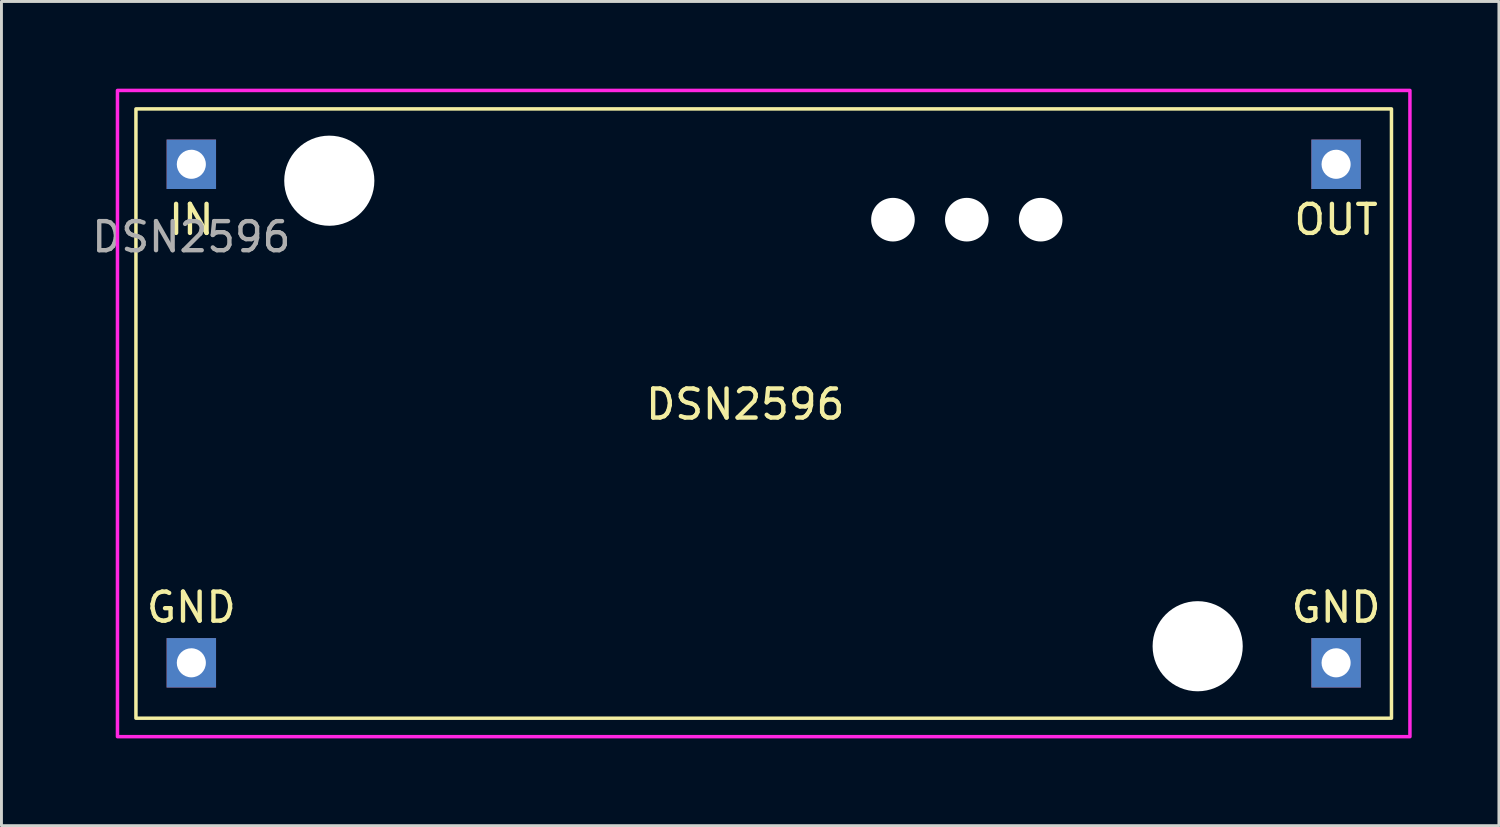
<source format=kicad_pcb>
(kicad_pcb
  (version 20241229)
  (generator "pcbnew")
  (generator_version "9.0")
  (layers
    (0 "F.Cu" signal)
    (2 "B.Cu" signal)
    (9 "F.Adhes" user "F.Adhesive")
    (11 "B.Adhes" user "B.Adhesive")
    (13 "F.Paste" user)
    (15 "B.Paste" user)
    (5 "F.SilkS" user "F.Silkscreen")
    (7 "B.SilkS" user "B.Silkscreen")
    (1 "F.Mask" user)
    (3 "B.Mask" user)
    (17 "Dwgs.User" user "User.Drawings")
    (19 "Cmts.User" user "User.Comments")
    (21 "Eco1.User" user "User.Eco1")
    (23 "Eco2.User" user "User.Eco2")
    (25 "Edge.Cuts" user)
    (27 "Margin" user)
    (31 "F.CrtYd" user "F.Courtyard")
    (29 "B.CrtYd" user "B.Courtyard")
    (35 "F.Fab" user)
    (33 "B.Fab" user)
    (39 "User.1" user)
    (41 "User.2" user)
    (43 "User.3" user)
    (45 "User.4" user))
  (footprint "DSN2596"
    (layer "F.Cu")
    (at 23.215 10.855)
    (property "Reference" "DSN2596" (at -0.635 0 0) (unlocked yes) (layer "F.SilkS") (effects (font (size 1 1) (thickness 0.15))))
    (attr through_hole)
    (fp_rect (start 21.59 -10.16) (end -21.59 10.795) (stroke (width 0.12) (type solid)) (fill no) (layer "F.SilkS"))
    (fp_rect (start -22.225 -10.795) (end 22.225 11.43) (stroke (width 0.12) (type solid)) (fill no) (layer "F.CrtYd"))
    (fp_text user "GND" (at 19.685 6.985 0) (unlocked yes) (layer "F.SilkS") (effects (font (size 1 1) (thickness 0.15))))
    (fp_text user "GND" (at -19.685 6.985 0) (unlocked yes) (layer "F.SilkS") (effects (font (size 1 1) (thickness 0.15))))
    (fp_text user "IN" (at -19.685 -6.35 0) (unlocked yes) (layer "F.SilkS") (effects (font (size 1 1) (thickness 0.15))))
    (fp_text user "OUT" (at 19.685 -6.35 0) (unlocked yes) (layer "F.SilkS") (effects (font (size 1 1) (thickness 0.15))))
    (fp_text user "${REFERENCE}" (at -19.685 -5.755 0) (unlocked yes) (layer "F.Fab") (effects (font (size 1 1) (thickness 0.15))))
    (pad "" np_thru_hole circle (at -14.94 -7.69) (size 3.1 3.1) (drill 3.1) (layers "*.Cu" "*.Mask"))
    (pad "" np_thru_hole circle (at 4.445 -6.35) (size 1.5 1.5) (drill 1.5) (layers "*.Cu" "*.Mask"))
    (pad "" np_thru_hole circle (at 6.985 -6.35) (size 1.5 1.5) (drill 1.5) (layers "*.Cu" "*.Mask"))
    (pad "" np_thru_hole circle (at 9.525 -6.35) (size 1.5 1.5) (drill 1.5) (layers "*.Cu" "*.Mask"))
    (pad "" np_thru_hole circle (at 14.925 8.32) (size 3.1 3.1) (drill 3.1) (layers "*.Cu" "*.Mask"))
    (pad "1" thru_hole rect (at -19.685 -8.255) (size 1.7 1.7) (drill 1) (layers "*.Cu" "*.Mask"))
    (pad "2" thru_hole rect (at -19.685 8.89) (size 1.7 1.7) (drill 1) (layers "*.Cu" "*.Mask"))
    (pad "3" thru_hole rect (at 19.685 8.89) (size 1.7 1.7) (drill 1) (layers "*.Cu" "*.Mask"))
    (pad "4" thru_hole rect (at 19.685 -8.255) (size 1.7 1.7) (drill 1) (layers "*.Cu" "*.Mask")))
  (gr_rect
    (start -3 -3)
    (end 48.5 25.345)
    (stroke (width 0.1) (type default))
    (fill no)
    (layer "Edge.Cuts")))
</source>
